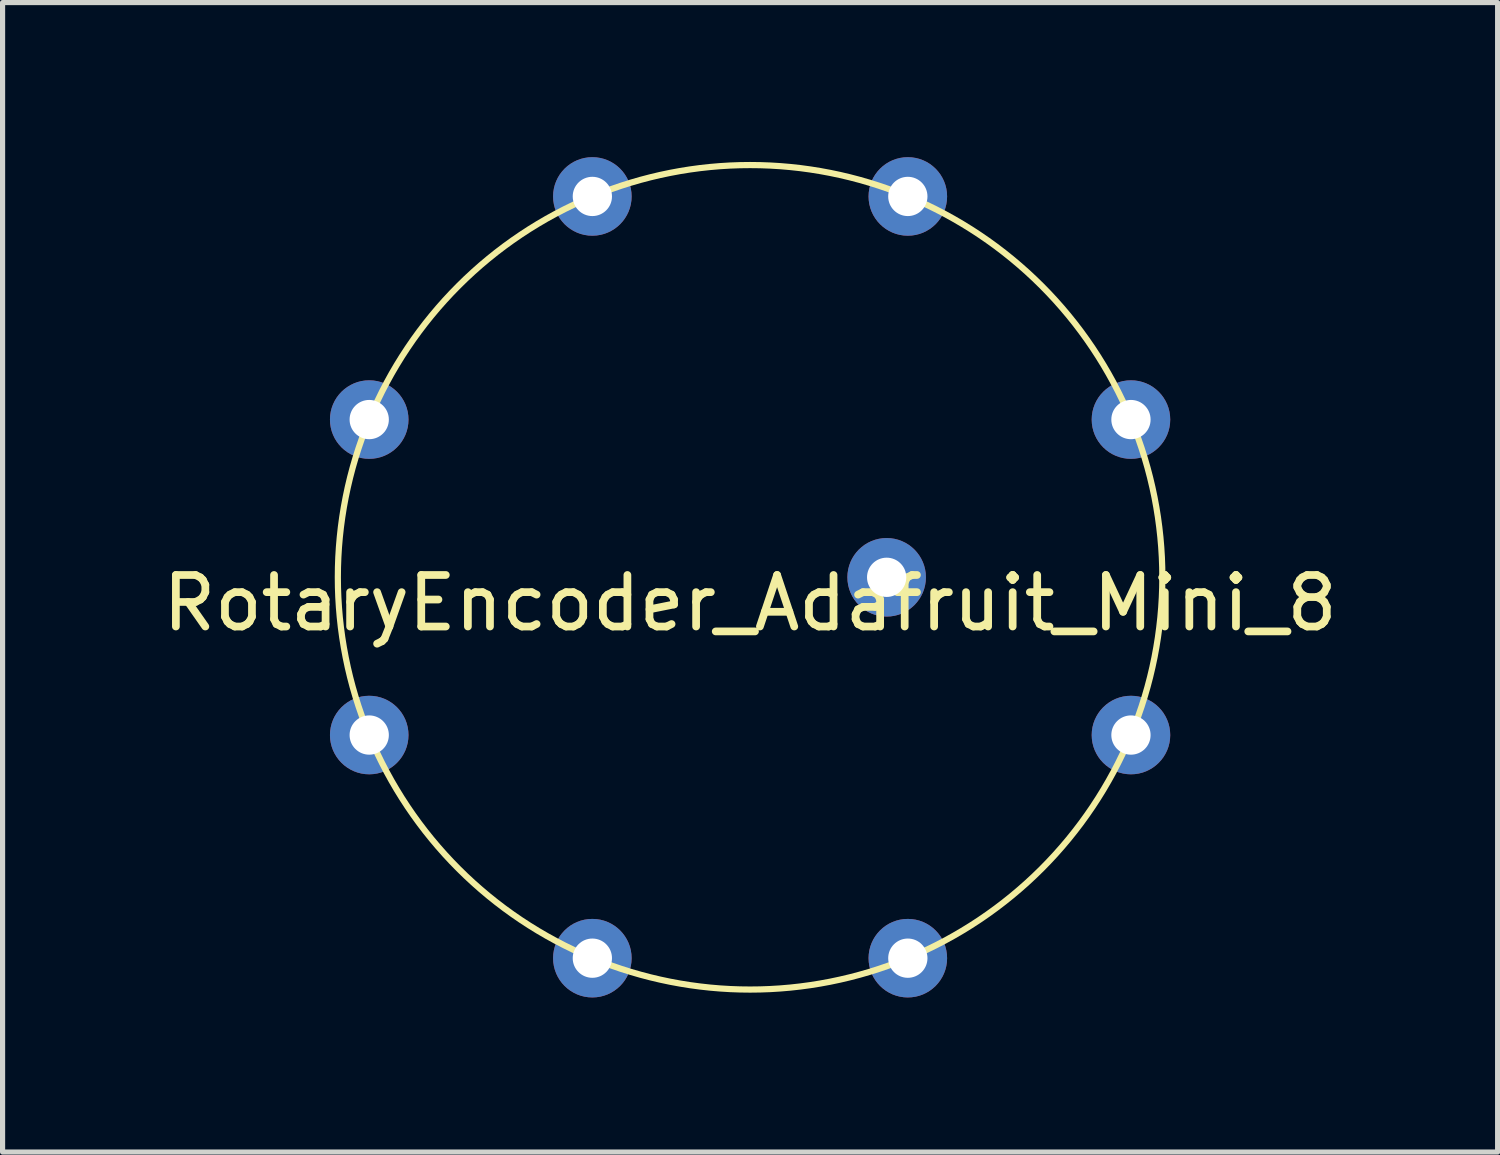
<source format=kicad_pcb>
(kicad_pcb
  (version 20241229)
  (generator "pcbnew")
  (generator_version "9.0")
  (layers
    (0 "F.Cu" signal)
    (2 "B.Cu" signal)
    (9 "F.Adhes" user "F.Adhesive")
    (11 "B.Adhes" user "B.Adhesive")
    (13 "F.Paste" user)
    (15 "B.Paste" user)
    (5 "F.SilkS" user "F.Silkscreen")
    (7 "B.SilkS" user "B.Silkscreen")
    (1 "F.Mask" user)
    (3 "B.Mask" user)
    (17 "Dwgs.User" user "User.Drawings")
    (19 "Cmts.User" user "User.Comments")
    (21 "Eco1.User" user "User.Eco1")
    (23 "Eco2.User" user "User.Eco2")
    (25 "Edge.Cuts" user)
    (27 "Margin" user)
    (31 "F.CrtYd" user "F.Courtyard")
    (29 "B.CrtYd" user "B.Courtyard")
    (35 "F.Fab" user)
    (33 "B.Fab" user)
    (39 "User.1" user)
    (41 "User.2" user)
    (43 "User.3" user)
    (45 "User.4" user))
  (footprint "RotaryEncoder_Adafruit_Mini_8"
    (layer "F.Cu")
    (at 11.506 8.153)
    (property "Reference" "RotaryEncoder_Adafruit_Mini_8" (at 0 0.5 0) (layer "F.SilkS") (effects (font (size 1 1) (thickness 0.15))))
    (attr through_hole)
    (fp_arc (start -7.391036 -3.061468) (mid -5.656854 -5.656855) (end -3.061467 -7.391036) (stroke (width 0.12) (type solid)) (layer "F.SilkS"))
    (fp_arc (start -7.391036 3.061468) (mid -8 0) (end -7.391036 -3.061467) (stroke (width 0.12) (type solid)) (layer "F.SilkS"))
    (fp_arc (start -3.061468 -7.391036) (mid 0 -8) (end 3.061467 -7.391036) (stroke (width 0.12) (type solid)) (layer "F.SilkS"))
    (fp_arc (start -3.061468 7.391036) (mid -5.656855 5.656854) (end -7.391036 3.061467) (stroke (width 0.12) (type solid)) (layer "F.SilkS"))
    (fp_arc (start 3.061468 -7.391036) (mid 5.656855 -5.656854) (end 7.391036 -3.061467) (stroke (width 0.12) (type solid)) (layer "F.SilkS"))
    (fp_arc (start 3.061468 7.391036) (mid 0 8) (end -3.061467 7.391036) (stroke (width 0.12) (type solid)) (layer "F.SilkS"))
    (fp_arc (start 7.391036 -3.061468) (mid 8 0) (end 7.391036 3.061467) (stroke (width 0.12) (type solid)) (layer "F.SilkS"))
    (fp_arc (start 7.391036 3.061468) (mid 5.656854 5.656855) (end 3.061467 7.391036) (stroke (width 0.12) (type solid)) (layer "F.SilkS"))
    (pad "1" thru_hole circle (at 7.391 -3.061 22.5) (size 1.524 1.524) (drill 0.762) (layers "*.Cu" "*.Mask"))
    (pad "2" thru_hole circle (at 3.061 -7.391 67.5) (size 1.524 1.524) (drill 0.762) (layers "*.Cu" "*.Mask"))
    (pad "3" thru_hole circle (at -3.061 -7.391 22.5) (size 1.524 1.524) (drill 0.762) (layers "*.Cu" "*.Mask"))
    (pad "4" thru_hole circle (at -7.391 -3.061 157.5) (size 1.524 1.524) (drill 0.762) (layers "*.Cu" "*.Mask"))
    (pad "5" thru_hole circle (at -7.391 3.061 22.5) (size 1.524 1.524) (drill 0.762) (layers "*.Cu" "*.Mask"))
    (pad "6" thru_hole circle (at -3.061 7.391 247.5) (size 1.524 1.524) (drill 0.762) (layers "*.Cu" "*.Mask"))
    (pad "7" thru_hole circle (at 3.061 7.391 22.5) (size 1.524 1.524) (drill 0.762) (layers "*.Cu" "*.Mask"))
    (pad "8" thru_hole circle (at 7.391 3.061 337.5) (size 1.524 1.524) (drill 0.762) (layers "*.Cu" "*.Mask"))
    (pad "9" thru_hole circle (at 2.65 0 315) (size 1.524 1.524) (drill 0.762) (layers "*.Cu" "*.Mask")))
  (gr_rect
    (start -3 -3)
    (end 26.012 19.306)
    (stroke (width 0.1) (type default))
    (fill no)
    (layer "Edge.Cuts")))
</source>
